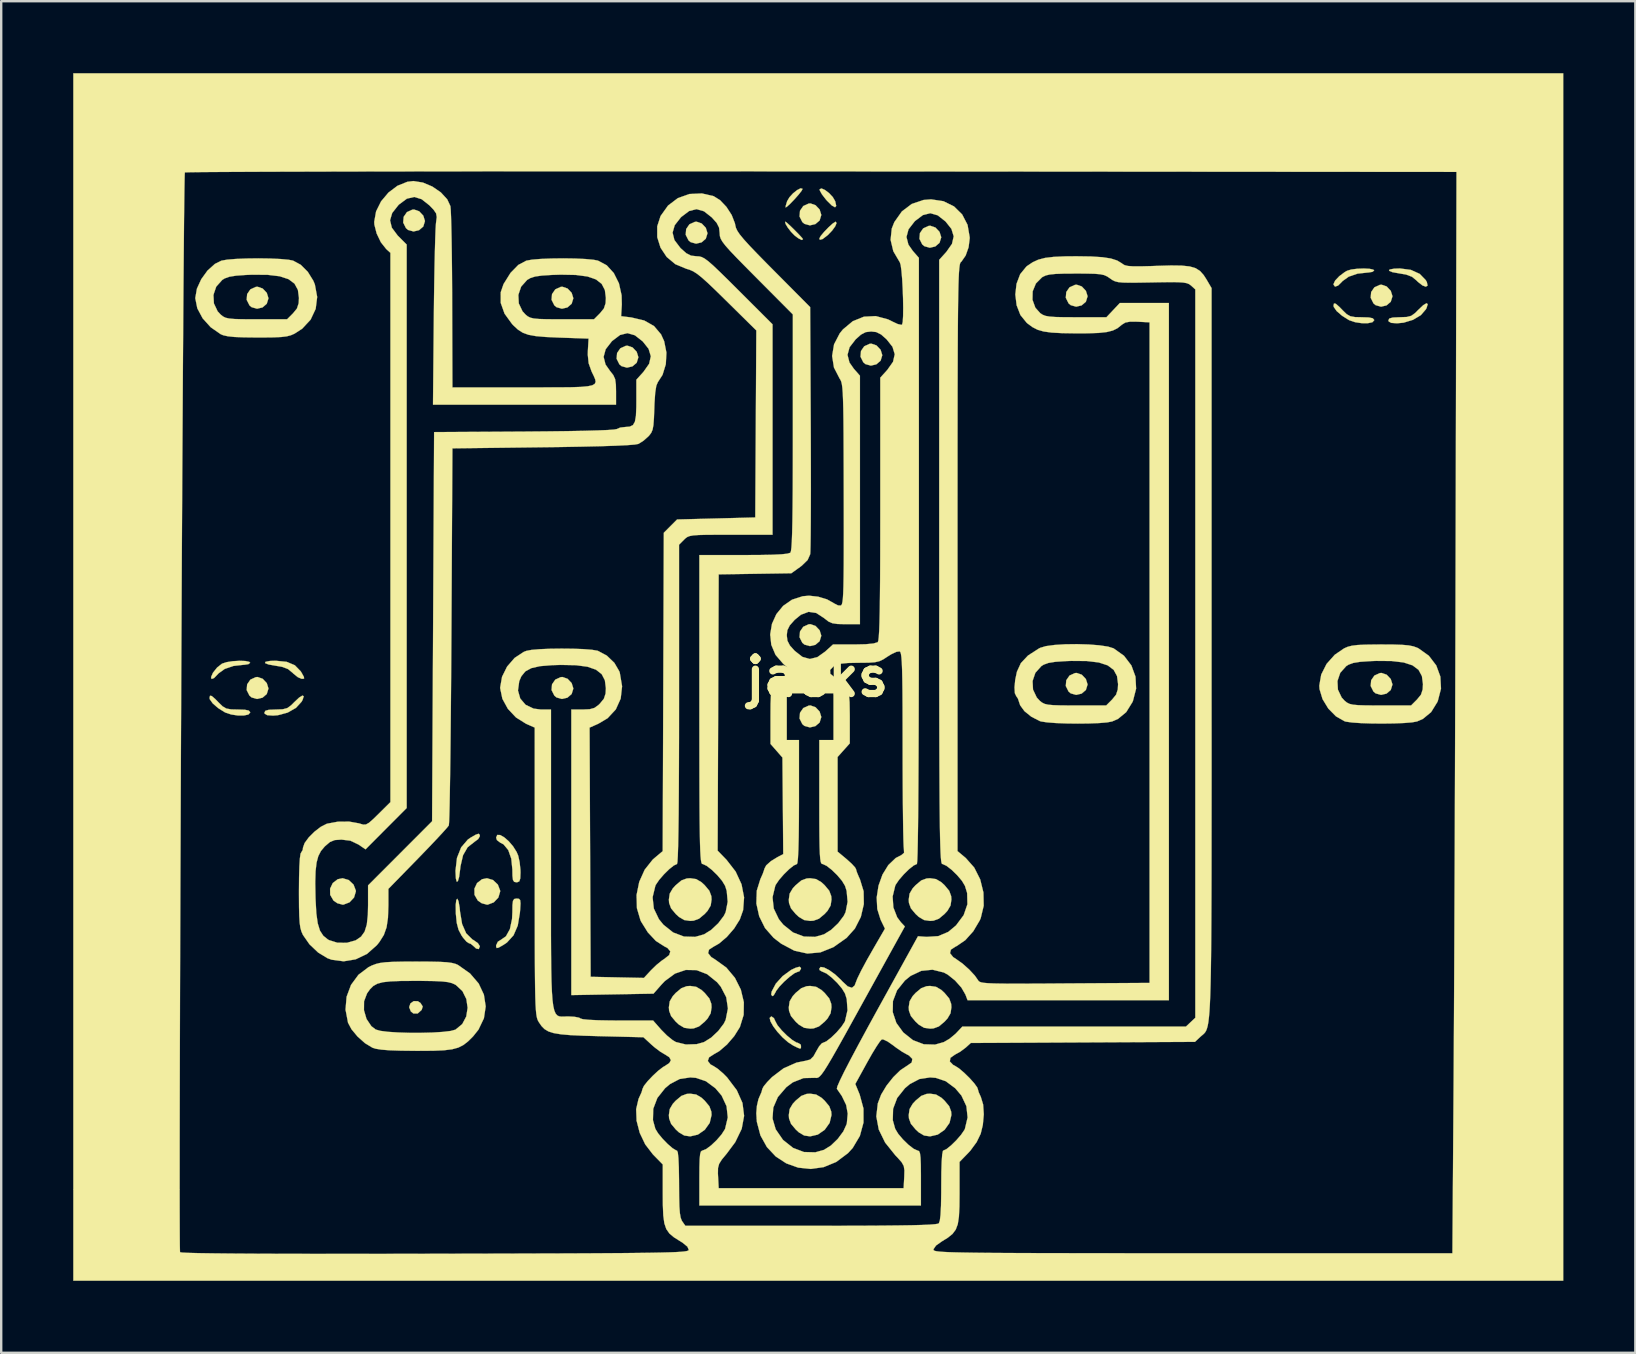
<source format=kicad_pcb>
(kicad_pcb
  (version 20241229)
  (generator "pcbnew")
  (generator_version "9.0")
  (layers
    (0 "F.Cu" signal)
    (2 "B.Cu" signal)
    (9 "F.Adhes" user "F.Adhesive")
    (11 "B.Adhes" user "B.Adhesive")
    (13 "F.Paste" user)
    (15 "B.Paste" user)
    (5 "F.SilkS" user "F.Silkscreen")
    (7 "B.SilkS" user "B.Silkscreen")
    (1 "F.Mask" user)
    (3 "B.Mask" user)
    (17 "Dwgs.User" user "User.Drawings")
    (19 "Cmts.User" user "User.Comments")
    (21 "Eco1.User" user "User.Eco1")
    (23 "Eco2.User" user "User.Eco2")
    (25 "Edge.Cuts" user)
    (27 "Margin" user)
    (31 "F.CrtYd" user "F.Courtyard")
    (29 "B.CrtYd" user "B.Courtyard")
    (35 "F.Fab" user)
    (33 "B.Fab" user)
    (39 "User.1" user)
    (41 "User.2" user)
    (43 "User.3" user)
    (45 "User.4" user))
  (footprint "jacks"
    (layer "F.Cu")
    (at 30.993 25.151)
    (property "Reference" "jacks" (at 0 0 0) (layer "F.SilkS") (effects (font (size 1.524 1.524) (thickness 0.3))))
    (attr through_hole)
    (fp_poly (pts (xy -16.637 13.505) (xy -16.526 13.579) (xy -16.434 13.725) (xy -16.478 13.866) (xy -16.642 14.015) (xy -16.823 14.016) (xy -16.929 13.932) (xy -17 13.753) (xy -16.946 13.597) (xy -16.81 13.501) (xy -16.637 13.505)) (stroke (width 0.01) (type solid)) (fill yes) (layer "F.SilkS"))
    (fp_poly (pts (xy 0.322 -20.287) (xy 0.494 -20.156) (xy 0.649 -19.989) (xy 0.747 -19.82) (xy 0.79 -19.625) (xy 0.741 -19.566) (xy 0.609 -19.639) (xy 0.402 -19.844) (xy 0.352 -19.902) (xy 0.196 -20.105) (xy 0.107 -20.264) (xy 0.098 -20.317) (xy 0.177 -20.351) (xy 0.322 -20.287)) (stroke (width 0.01) (type solid)) (fill yes) (layer "F.SilkS"))
    (fp_poly (pts (xy -23.1 -16.182) (xy -22.93 -16.002) (xy -22.86 -15.777) (xy -22.86 -15.776) (xy -22.931 -15.547) (xy -23.107 -15.395) (xy -23.335 -15.341) (xy -23.562 -15.405) (xy -23.651 -15.48) (xy -23.768 -15.712) (xy -23.748 -15.951) (xy -23.613 -16.147) (xy -23.385 -16.251) (xy -23.311 -16.256) (xy -23.1 -16.182)) (stroke (width 0.01) (type solid)) (fill yes) (layer "F.SilkS"))
    (fp_poly (pts (xy -23.1 0.074) (xy -22.93 0.254) (xy -22.86 0.479) (xy -22.86 0.48) (xy -22.931 0.709) (xy -23.107 0.861) (xy -23.335 0.915) (xy -23.562 0.851) (xy -23.651 0.776) (xy -23.768 0.544) (xy -23.748 0.305) (xy -23.613 0.109) (xy -23.385 0.005) (xy -23.311 0) (xy -23.1 0.074)) (stroke (width 0.01) (type solid)) (fill yes) (layer "F.SilkS"))
    (fp_poly (pts (xy -16.581 -19.399) (xy -16.411 -19.219) (xy -16.341 -18.994) (xy -16.341 -18.993) (xy -16.411 -18.764) (xy -16.588 -18.613) (xy -16.816 -18.559) (xy -17.043 -18.622) (xy -17.132 -18.697) (xy -17.248 -18.929) (xy -17.228 -19.169) (xy -17.093 -19.365) (xy -16.866 -19.468) (xy -16.792 -19.473) (xy -16.581 -19.399)) (stroke (width 0.01) (type solid)) (fill yes) (layer "F.SilkS"))
    (fp_poly (pts (xy -10.4 -16.182) (xy -10.23 -16.002) (xy -10.16 -15.777) (xy -10.16 -15.776) (xy -10.231 -15.547) (xy -10.407 -15.395) (xy -10.635 -15.341) (xy -10.862 -15.405) (xy -10.951 -15.48) (xy -11.068 -15.712) (xy -11.048 -15.951) (xy -10.913 -16.147) (xy -10.685 -16.251) (xy -10.611 -16.256) (xy -10.4 -16.182)) (stroke (width 0.01) (type solid)) (fill yes) (layer "F.SilkS"))
    (fp_poly (pts (xy -10.4 0.074) (xy -10.23 0.254) (xy -10.16 0.479) (xy -10.16 0.48) (xy -10.231 0.709) (xy -10.407 0.861) (xy -10.635 0.915) (xy -10.862 0.851) (xy -10.951 0.776) (xy -11.068 0.544) (xy -11.048 0.305) (xy -10.913 0.109) (xy -10.685 0.005) (xy -10.611 0) (xy -10.4 0.074)) (stroke (width 0.01) (type solid)) (fill yes) (layer "F.SilkS"))
    (fp_poly (pts (xy -7.691 -13.727) (xy -7.521 -13.546) (xy -7.451 -13.322) (xy -7.451 -13.32) (xy -7.521 -13.091) (xy -7.698 -12.94) (xy -7.926 -12.886) (xy -8.153 -12.949) (xy -8.242 -13.024) (xy -8.358 -13.257) (xy -8.338 -13.496) (xy -8.203 -13.692) (xy -7.976 -13.795) (xy -7.902 -13.801) (xy -7.691 -13.727)) (stroke (width 0.01) (type solid)) (fill yes) (layer "F.SilkS"))
    (fp_poly (pts (xy -4.812 -18.891) (xy -4.642 -18.711) (xy -4.572 -18.486) (xy -4.572 -18.485) (xy -4.643 -18.256) (xy -4.819 -18.105) (xy -5.047 -18.051) (xy -5.274 -18.114) (xy -5.363 -18.189) (xy -5.48 -18.421) (xy -5.46 -18.661) (xy -5.325 -18.857) (xy -5.097 -18.96) (xy -5.023 -18.965) (xy -4.812 -18.891)) (stroke (width 0.01) (type solid)) (fill yes) (layer "F.SilkS"))
    (fp_poly (pts (xy -1.251 -18.911) (xy -1.103 -18.774) (xy -0.922 -18.596) (xy -0.749 -18.419) (xy -0.627 -18.285) (xy -0.593 -18.236) (xy -0.648 -18.204) (xy -0.797 -18.28) (xy -0.945 -18.394) (xy -1.089 -18.541) (xy -1.224 -18.714) (xy -1.317 -18.868) (xy -1.34 -18.958) (xy -1.325 -18.965) (xy -1.251 -18.911)) (stroke (width 0.01) (type solid)) (fill yes) (layer "F.SilkS"))
    (fp_poly (pts (xy -0.071 -19.653) (xy 0.099 -19.473) (xy 0.169 -19.248) (xy 0.169 -19.247) (xy 0.099 -19.018) (xy -0.078 -18.867) (xy -0.306 -18.813) (xy -0.533 -18.876) (xy -0.622 -18.951) (xy -0.738 -19.183) (xy -0.718 -19.423) (xy -0.583 -19.619) (xy -0.356 -19.722) (xy -0.282 -19.727) (xy -0.071 -19.653)) (stroke (width 0.01) (type solid)) (fill yes) (layer "F.SilkS"))
    (fp_poly (pts (xy -0.071 -2.127) (xy 0.099 -1.947) (xy 0.169 -1.722) (xy 0.169 -1.721) (xy 0.099 -1.492) (xy -0.078 -1.341) (xy -0.306 -1.287) (xy -0.533 -1.35) (xy -0.622 -1.425) (xy -0.738 -1.657) (xy -0.718 -1.897) (xy -0.583 -2.093) (xy -0.356 -2.196) (xy -0.282 -2.201) (xy -0.071 -2.127)) (stroke (width 0.01) (type solid)) (fill yes) (layer "F.SilkS"))
    (fp_poly (pts (xy -0.071 1.259) (xy 0.099 1.44) (xy 0.169 1.664) (xy 0.169 1.666) (xy 0.099 1.895) (xy -0.078 2.046) (xy -0.306 2.1) (xy -0.533 2.037) (xy -0.622 1.962) (xy -0.738 1.729) (xy -0.718 1.49) (xy -0.583 1.294) (xy -0.356 1.191) (xy -0.282 1.185) (xy -0.071 1.259)) (stroke (width 0.01) (type solid)) (fill yes) (layer "F.SilkS"))
    (fp_poly (pts (xy 0.805 -18.911) (xy 0.749 -18.775) (xy 0.619 -18.595) (xy 0.44 -18.409) (xy 0.435 -18.405) (xy 0.225 -18.244) (xy 0.109 -18.212) (xy 0.087 -18.267) (xy 0.145 -18.372) (xy 0.285 -18.54) (xy 0.463 -18.725) (xy 0.633 -18.881) (xy 0.752 -18.962) (xy 0.766 -18.965) (xy 0.805 -18.911)) (stroke (width 0.01) (type solid)) (fill yes) (layer "F.SilkS"))
    (fp_poly (pts (xy 2.469 -13.811) (xy 2.639 -13.631) (xy 2.709 -13.406) (xy 2.709 -13.405) (xy 2.639 -13.176) (xy 2.462 -13.025) (xy 2.234 -12.971) (xy 2.007 -13.034) (xy 1.918 -13.109) (xy 1.802 -13.341) (xy 1.822 -13.581) (xy 1.957 -13.777) (xy 2.184 -13.88) (xy 2.258 -13.885) (xy 2.469 -13.811)) (stroke (width 0.01) (type solid)) (fill yes) (layer "F.SilkS"))
    (fp_poly (pts (xy 4.925 -18.722) (xy 5.094 -18.542) (xy 5.165 -18.317) (xy 5.165 -18.316) (xy 5.094 -18.087) (xy 4.918 -17.935) (xy 4.689 -17.881) (xy 4.463 -17.945) (xy 4.373 -18.02) (xy 4.257 -18.252) (xy 4.277 -18.491) (xy 4.412 -18.687) (xy 4.64 -18.791) (xy 4.714 -18.796) (xy 4.925 -18.722)) (stroke (width 0.01) (type solid)) (fill yes) (layer "F.SilkS"))
    (fp_poly (pts (xy 11.021 -16.267) (xy 11.19 -16.086) (xy 11.261 -15.862) (xy 11.261 -15.86) (xy 11.19 -15.631) (xy 11.014 -15.48) (xy 10.785 -15.426) (xy 10.559 -15.489) (xy 10.469 -15.564) (xy 10.353 -15.797) (xy 10.373 -16.036) (xy 10.508 -16.232) (xy 10.736 -16.335) (xy 10.81 -16.341) (xy 11.021 -16.267)) (stroke (width 0.01) (type solid)) (fill yes) (layer "F.SilkS"))
    (fp_poly (pts (xy 11.021 -0.095) (xy 11.19 0.085) (xy 11.261 0.31) (xy 11.261 0.311) (xy 11.19 0.54) (xy 11.014 0.691) (xy 10.785 0.745) (xy 10.559 0.682) (xy 10.469 0.607) (xy 10.353 0.375) (xy 10.373 0.135) (xy 10.508 -0.061) (xy 10.736 -0.164) (xy 10.81 -0.169) (xy 11.021 -0.095)) (stroke (width 0.01) (type solid)) (fill yes) (layer "F.SilkS"))
    (fp_poly (pts (xy 23.721 -16.267) (xy 23.89 -16.086) (xy 23.961 -15.862) (xy 23.961 -15.86) (xy 23.89 -15.631) (xy 23.714 -15.48) (xy 23.485 -15.426) (xy 23.259 -15.489) (xy 23.169 -15.564) (xy 23.053 -15.797) (xy 23.073 -16.036) (xy 23.208 -16.232) (xy 23.436 -16.335) (xy 23.51 -16.341) (xy 23.721 -16.267)) (stroke (width 0.01) (type solid)) (fill yes) (layer "F.SilkS"))
    (fp_poly (pts (xy 23.721 -0.095) (xy 23.89 0.085) (xy 23.961 0.31) (xy 23.961 0.311) (xy 23.89 0.54) (xy 23.714 0.691) (xy 23.485 0.745) (xy 23.259 0.682) (xy 23.169 0.607) (xy 23.053 0.375) (xy 23.073 0.135) (xy 23.208 -0.061) (xy 23.436 -0.164) (xy 23.51 -0.169) (xy 23.721 -0.095)) (stroke (width 0.01) (type solid)) (fill yes) (layer "F.SilkS"))
    (fp_poly (pts (xy -19.517 8.457) (xy -19.316 8.647) (xy -19.221 8.895) (xy -19.219 8.932) (xy -19.295 9.185) (xy -19.484 9.386) (xy -19.733 9.481) (xy -19.77 9.483) (xy -19.989 9.424) (xy -20.151 9.313) (xy -20.289 9.075) (xy -20.293 8.816) (xy -20.182 8.583) (xy -19.976 8.424) (xy -19.77 8.382) (xy -19.517 8.457)) (stroke (width 0.01) (type solid)) (fill yes) (layer "F.SilkS"))
    (fp_poly (pts (xy -13.506 8.457) (xy -13.305 8.647) (xy -13.21 8.895) (xy -13.208 8.932) (xy -13.283 9.185) (xy -13.473 9.386) (xy -13.721 9.481) (xy -13.758 9.483) (xy -13.977 9.424) (xy -14.139 9.313) (xy -14.277 9.075) (xy -14.281 8.816) (xy -14.171 8.583) (xy -13.965 8.424) (xy -13.758 8.382) (xy -13.506 8.457)) (stroke (width 0.01) (type solid)) (fill yes) (layer "F.SilkS"))
    (fp_poly (pts (xy -0.612 -20.335) (xy -0.611 -20.332) (xy -0.655 -20.248) (xy -0.78 -20.089) (xy -0.949 -19.899) (xy -1.123 -19.718) (xy -1.261 -19.592) (xy -1.318 -19.558) (xy -1.313 -19.628) (xy -1.262 -19.797) (xy -1.255 -19.82) (xy -1.159 -19.983) (xy -1.006 -20.15) (xy -0.836 -20.285) (xy -0.691 -20.358) (xy -0.612 -20.335)) (stroke (width 0.01) (type solid)) (fill yes) (layer "F.SilkS"))
    (fp_poly (pts (xy 24.727 -16.959) (xy 25.096 -16.792) (xy 25.349 -16.531) (xy 25.394 -16.448) (xy 25.423 -16.303) (xy 25.35 -16.259) (xy 25.206 -16.313) (xy 25.02 -16.46) (xy 24.969 -16.512) (xy 24.776 -16.671) (xy 24.527 -16.765) (xy 24.27 -16.808) (xy 23.961 -16.863) (xy 23.817 -16.922) (xy 23.84 -16.974) (xy 24.029 -17.009) (xy 24.273 -17.018) (xy 24.727 -16.959)) (stroke (width 0.01) (type solid)) (fill yes) (layer "F.SilkS"))
    (fp_poly (pts (xy -22.101 -0.632) (xy -21.762 -0.49) (xy -21.516 -0.237) (xy -21.479 -0.177) (xy -21.384 -0.004) (xy -21.376 0.066) (xy -21.456 0.076) (xy -21.479 0.075) (xy -21.635 0.009) (xy -21.821 -0.14) (xy -21.852 -0.172) (xy -22.044 -0.33) (xy -22.293 -0.424) (xy -22.55 -0.468) (xy -22.858 -0.522) (xy -23.003 -0.581) (xy -22.983 -0.633) (xy -22.798 -0.669) (xy -22.559 -0.677) (xy -22.101 -0.632)) (stroke (width 0.01) (type solid)) (fill yes) (layer "F.SilkS"))
    (fp_poly (pts (xy -0.68 12.117) (xy -0.677 12.152) (xy -0.745 12.262) (xy -0.806 12.277) (xy -0.944 12.335) (xy -1.147 12.484) (xy -1.371 12.682) (xy -1.573 12.892) (xy -1.71 13.072) (xy -1.738 13.131) (xy -1.817 13.264) (xy -1.874 13.293) (xy -1.919 13.225) (xy -1.899 13.102) (xy -1.725 12.772) (xy -1.437 12.454) (xy -1.088 12.201) (xy -0.897 12.111) (xy -0.736 12.067) (xy -0.68 12.117)) (stroke (width 0.01) (type solid)) (fill yes) (layer "F.SilkS"))
    (fp_poly (pts (xy -23.825 -0.667) (xy -23.661 -0.633) (xy -23.622 -0.593) (xy -23.696 -0.535) (xy -23.876 -0.508) (xy -23.897 -0.508) (xy -24.317 -0.461) (xy -24.683 -0.336) (xy -24.942 -0.15) (xy -24.964 -0.124) (xy -25.126 0.043) (xy -25.23 0.083) (xy -25.251 0.004) (xy -25.172 -0.177) (xy -24.999 -0.395) (xy -24.795 -0.556) (xy -24.79 -0.558) (xy -24.602 -0.619) (xy -24.345 -0.659) (xy -24.07 -0.675) (xy -23.825 -0.667)) (stroke (width 0.01) (type solid)) (fill yes) (layer "F.SilkS"))
    (fp_poly (pts (xy -21.39 0.801) (xy -21.437 0.949) (xy -21.479 1.028) (xy -21.715 1.286) (xy -22.063 1.483) (xy -22.472 1.592) (xy -22.669 1.607) (xy -22.912 1.59) (xy -23.018 1.529) (xy -23.029 1.482) (xy -22.988 1.406) (xy -22.844 1.366) (xy -22.564 1.355) (xy -22.552 1.355) (xy -22.265 1.344) (xy -22.075 1.294) (xy -21.914 1.177) (xy -21.796 1.058) (xy -21.584 0.858) (xy -21.444 0.772) (xy -21.39 0.801)) (stroke (width 0.01) (type solid)) (fill yes) (layer "F.SilkS"))
    (fp_poly (pts (xy -14.059 6.575) (xy -14.055 6.632) (xy -14.122 6.75) (xy -14.273 6.862) (xy -14.563 7.09) (xy -14.755 7.424) (xy -14.862 7.886) (xy -14.874 7.997) (xy -14.918 8.327) (xy -14.97 8.505) (xy -15.018 8.526) (xy -15.054 8.388) (xy -15.069 8.087) (xy -15.069 8.065) (xy -15.007 7.534) (xy -14.833 7.096) (xy -14.557 6.773) (xy -14.457 6.702) (xy -14.228 6.569) (xy -14.106 6.528) (xy -14.059 6.575)) (stroke (width 0.01) (type solid)) (fill yes) (layer "F.SilkS"))
    (fp_poly (pts (xy 25.43 -15.533) (xy 25.382 -15.374) (xy 25.354 -15.318) (xy 25.144 -15.074) (xy 24.817 -14.879) (xy 24.425 -14.76) (xy 24.151 -14.734) (xy 23.908 -14.751) (xy 23.802 -14.812) (xy 23.791 -14.859) (xy 23.832 -14.935) (xy 23.977 -14.974) (xy 24.256 -14.986) (xy 24.268 -14.986) (xy 24.556 -14.997) (xy 24.745 -15.046) (xy 24.907 -15.164) (xy 25.024 -15.282) (xy 25.239 -15.486) (xy 25.378 -15.57) (xy 25.43 -15.533)) (stroke (width 0.01) (type solid)) (fill yes) (layer "F.SilkS"))
    (fp_poly (pts (xy 23.005 -17.004) (xy 23.164 -16.969) (xy 23.199 -16.933) (xy 23.125 -16.876) (xy 22.944 -16.848) (xy 22.924 -16.848) (xy 22.503 -16.802) (xy 22.138 -16.676) (xy 21.879 -16.491) (xy 21.857 -16.465) (xy 21.695 -16.305) (xy 21.568 -16.261) (xy 21.507 -16.341) (xy 21.505 -16.368) (xy 21.572 -16.513) (xy 21.742 -16.693) (xy 21.969 -16.864) (xy 22.071 -16.923) (xy 22.246 -16.975) (xy 22.495 -17.006) (xy 22.765 -17.016) (xy 23.005 -17.004)) (stroke (width 0.01) (type solid)) (fill yes) (layer "F.SilkS"))
    (fp_poly (pts (xy -25.222 0.792) (xy -25.074 0.92) (xy -24.94 1.058) (xy -24.769 1.224) (xy -24.616 1.313) (xy -24.415 1.349) (xy -24.141 1.355) (xy -23.843 1.364) (xy -23.681 1.397) (xy -23.624 1.462) (xy -23.622 1.482) (xy -23.696 1.563) (xy -23.885 1.603) (xy -24.14 1.602) (xy -24.413 1.561) (xy -24.654 1.481) (xy -24.68 1.468) (xy -24.962 1.291) (xy -25.182 1.099) (xy -25.303 0.929) (xy -25.315 0.874) (xy -25.295 0.78) (xy -25.222 0.792)) (stroke (width 0.01) (type solid)) (fill yes) (layer "F.SilkS"))
    (fp_poly (pts (xy -5.043 17.392) (xy -4.824 17.522) (xy -4.691 17.645) (xy -4.495 17.879) (xy -4.412 18.102) (xy -4.403 18.246) (xy -4.48 18.574) (xy -4.684 18.86) (xy -4.972 19.061) (xy -5.292 19.135) (xy -5.54 19.099) (xy -5.759 18.97) (xy -5.893 18.847) (xy -6.088 18.613) (xy -6.171 18.389) (xy -6.181 18.246) (xy -6.145 17.997) (xy -6.016 17.778) (xy -5.893 17.645) (xy -5.659 17.449) (xy -5.435 17.366) (xy -5.292 17.357) (xy -5.043 17.392)) (stroke (width 0.01) (type solid)) (fill yes) (layer "F.SilkS"))
    (fp_poly (pts (xy -1.804 14.211) (xy -1.746 14.339) (xy -1.657 14.505) (xy -1.481 14.718) (xy -1.262 14.936) (xy -1.041 15.119) (xy -0.862 15.227) (xy -0.806 15.24) (xy -0.693 15.307) (xy -0.677 15.367) (xy -0.68 15.457) (xy -0.717 15.48) (xy -0.832 15.435) (xy -0.999 15.353) (xy -1.22 15.21) (xy -1.447 15.01) (xy -1.658 14.781) (xy -1.832 14.551) (xy -1.947 14.348) (xy -1.983 14.202) (xy -1.918 14.14) (xy -1.906 14.139) (xy -1.804 14.211)) (stroke (width 0.01) (type solid)) (fill yes) (layer "F.SilkS"))
    (fp_poly (pts (xy -0.048 17.392) (xy 0.171 17.522) (xy 0.305 17.645) (xy 0.5 17.879) (xy 0.583 18.102) (xy 0.593 18.246) (xy 0.515 18.574) (xy 0.311 18.86) (xy 0.023 19.061) (xy -0.296 19.135) (xy -0.545 19.099) (xy -0.764 18.97) (xy -0.897 18.847) (xy -1.093 18.613) (xy -1.176 18.389) (xy -1.185 18.246) (xy -1.15 17.997) (xy -1.02 17.778) (xy -0.897 17.645) (xy -0.663 17.449) (xy -0.44 17.366) (xy -0.296 17.357) (xy -0.048 17.392)) (stroke (width 0.01) (type solid)) (fill yes) (layer "F.SilkS"))
    (fp_poly (pts (xy 4.947 17.392) (xy 5.167 17.522) (xy 5.3 17.645) (xy 5.496 17.879) (xy 5.578 18.102) (xy 5.588 18.246) (xy 5.51 18.574) (xy 5.306 18.86) (xy 5.019 19.061) (xy 4.699 19.135) (xy 4.451 19.099) (xy 4.231 18.97) (xy 4.098 18.847) (xy 3.902 18.613) (xy 3.82 18.389) (xy 3.81 18.246) (xy 3.846 17.997) (xy 3.975 17.778) (xy 4.098 17.645) (xy 4.332 17.449) (xy 4.556 17.366) (xy 4.699 17.357) (xy 4.947 17.392)) (stroke (width 0.01) (type solid)) (fill yes) (layer "F.SilkS"))
    (fp_poly (pts (xy 21.599 -15.549) (xy 21.746 -15.421) (xy 21.881 -15.282) (xy 22.051 -15.116) (xy 22.205 -15.028) (xy 22.405 -14.992) (xy 22.679 -14.986) (xy 22.978 -14.977) (xy 23.14 -14.943) (xy 23.197 -14.878) (xy 23.199 -14.859) (xy 23.125 -14.778) (xy 22.936 -14.738) (xy 22.68 -14.739) (xy 22.408 -14.779) (xy 22.166 -14.86) (xy 22.14 -14.873) (xy 21.859 -15.05) (xy 21.638 -15.241) (xy 21.517 -15.412) (xy 21.505 -15.466) (xy 21.525 -15.56) (xy 21.599 -15.549)) (stroke (width 0.01) (type solid)) (fill yes) (layer "F.SilkS"))
    (fp_poly (pts (xy -13.211 6.581) (xy -13.043 6.675) (xy -12.854 6.839) (xy -12.672 7.051) (xy -12.522 7.289) (xy -12.457 7.442) (xy -12.398 7.71) (xy -12.364 8.034) (xy -12.361 8.141) (xy -12.371 8.39) (xy -12.411 8.512) (xy -12.499 8.55) (xy -12.531 8.551) (xy -12.624 8.533) (xy -12.675 8.455) (xy -12.696 8.277) (xy -12.7 8.022) (xy -12.745 7.568) (xy -12.871 7.21) (xy -13.066 6.973) (xy -13.202 6.902) (xy -13.343 6.794) (xy -13.377 6.691) (xy -13.331 6.579) (xy -13.211 6.581)) (stroke (width 0.01) (type solid)) (fill yes) (layer "F.SilkS"))
    (fp_poly (pts (xy -12.425 9.239) (xy -12.375 9.294) (xy -12.361 9.431) (xy -12.375 9.686) (xy -12.387 9.825) (xy -12.476 10.356) (xy -12.651 10.759) (xy -12.924 11.058) (xy -13.084 11.166) (xy -13.271 11.272) (xy -13.355 11.291) (xy -13.377 11.225) (xy -13.377 11.179) (xy -13.306 11.027) (xy -13.202 10.962) (xy -12.969 10.802) (xy -12.803 10.502) (xy -12.714 10.081) (xy -12.7 9.8) (xy -12.696 9.496) (xy -12.675 9.325) (xy -12.625 9.248) (xy -12.535 9.229) (xy -12.518 9.229) (xy -12.425 9.239)) (stroke (width 0.01) (type solid)) (fill yes) (layer "F.SilkS"))
    (fp_poly (pts (xy -5.043 8.418) (xy -4.824 8.547) (xy -4.691 8.67) (xy -4.495 8.904) (xy -4.412 9.128) (xy -4.403 9.271) (xy -4.438 9.519) (xy -4.568 9.739) (xy -4.691 9.872) (xy -4.925 10.068) (xy -5.148 10.15) (xy -5.292 10.16) (xy -5.54 10.124) (xy -5.759 9.995) (xy -5.893 9.872) (xy -6.088 9.638) (xy -6.171 9.414) (xy -6.181 9.271) (xy -6.145 9.023) (xy -6.016 8.803) (xy -5.893 8.67) (xy -5.659 8.474) (xy -5.435 8.392) (xy -5.292 8.382) (xy -5.043 8.418)) (stroke (width 0.01) (type solid)) (fill yes) (layer "F.SilkS"))
    (fp_poly (pts (xy -5.043 12.905) (xy -4.824 13.034) (xy -4.691 13.157) (xy -4.495 13.391) (xy -4.412 13.615) (xy -4.403 13.758) (xy -4.438 14.007) (xy -4.568 14.226) (xy -4.691 14.359) (xy -4.925 14.555) (xy -5.148 14.638) (xy -5.292 14.647) (xy -5.54 14.612) (xy -5.759 14.482) (xy -5.893 14.359) (xy -6.088 14.125) (xy -6.171 13.902) (xy -6.181 13.758) (xy -6.145 13.51) (xy -6.016 13.291) (xy -5.893 13.157) (xy -5.659 12.962) (xy -5.435 12.879) (xy -5.292 12.869) (xy -5.043 12.905)) (stroke (width 0.01) (type solid)) (fill yes) (layer "F.SilkS"))
    (fp_poly (pts (xy -0.048 8.418) (xy 0.171 8.547) (xy 0.305 8.67) (xy 0.5 8.904) (xy 0.583 9.128) (xy 0.593 9.271) (xy 0.557 9.519) (xy 0.428 9.739) (xy 0.305 9.872) (xy 0.071 10.068) (xy -0.153 10.15) (xy -0.296 10.16) (xy -0.545 10.124) (xy -0.764 9.995) (xy -0.897 9.872) (xy -1.093 9.638) (xy -1.176 9.414) (xy -1.185 9.271) (xy -1.15 9.023) (xy -1.02 8.803) (xy -0.897 8.67) (xy -0.663 8.474) (xy -0.44 8.392) (xy -0.296 8.382) (xy -0.048 8.418)) (stroke (width 0.01) (type solid)) (fill yes) (layer "F.SilkS"))
    (fp_poly (pts (xy -0.048 12.905) (xy 0.171 13.034) (xy 0.305 13.157) (xy 0.5 13.391) (xy 0.583 13.615) (xy 0.593 13.758) (xy 0.557 14.007) (xy 0.428 14.226) (xy 0.305 14.359) (xy 0.071 14.555) (xy -0.153 14.638) (xy -0.296 14.647) (xy -0.545 14.612) (xy -0.764 14.482) (xy -0.897 14.359) (xy -1.093 14.125) (xy -1.176 13.902) (xy -1.185 13.758) (xy -1.15 13.51) (xy -1.02 13.291) (xy -0.897 13.157) (xy -0.663 12.962) (xy -0.44 12.879) (xy -0.296 12.869) (xy -0.048 12.905)) (stroke (width 0.01) (type solid)) (fill yes) (layer "F.SilkS"))
    (fp_poly (pts (xy 4.947 8.418) (xy 5.167 8.547) (xy 5.3 8.67) (xy 5.496 8.904) (xy 5.578 9.128) (xy 5.588 9.271) (xy 5.552 9.519) (xy 5.423 9.739) (xy 5.3 9.872) (xy 5.066 10.068) (xy 4.842 10.15) (xy 4.699 10.16) (xy 4.451 10.124) (xy 4.231 9.995) (xy 4.098 9.872) (xy 3.902 9.638) (xy 3.82 9.414) (xy 3.81 9.271) (xy 3.846 9.023) (xy 3.975 8.803) (xy 4.098 8.67) (xy 4.332 8.474) (xy 4.556 8.392) (xy 4.699 8.382) (xy 4.947 8.418)) (stroke (width 0.01) (type solid)) (fill yes) (layer "F.SilkS"))
    (fp_poly (pts (xy 4.947 12.905) (xy 5.167 13.034) (xy 5.3 13.157) (xy 5.496 13.391) (xy 5.578 13.615) (xy 5.588 13.758) (xy 5.552 14.007) (xy 5.423 14.226) (xy 5.3 14.359) (xy 5.066 14.555) (xy 4.842 14.638) (xy 4.699 14.647) (xy 4.451 14.612) (xy 4.231 14.482) (xy 4.098 14.359) (xy 3.902 14.125) (xy 3.82 13.902) (xy 3.81 13.758) (xy 3.846 13.51) (xy 3.975 13.291) (xy 4.098 13.157) (xy 4.332 12.962) (xy 4.556 12.879) (xy 4.699 12.869) (xy 4.947 12.905)) (stroke (width 0.01) (type solid)) (fill yes) (layer "F.SilkS"))
    (fp_poly (pts (xy -14.944 9.338) (xy -14.897 9.601) (xy -14.882 9.762) (xy -14.794 10.29) (xy -14.625 10.676) (xy -14.37 10.929) (xy -14.307 10.965) (xy -14.135 11.088) (xy -14.055 11.212) (xy -14.055 11.221) (xy -14.099 11.333) (xy -14.212 11.31) (xy -14.309 11.218) (xy -14.442 11.111) (xy -14.51 11.09) (xy -14.61 11.025) (xy -14.752 10.86) (xy -14.814 10.773) (xy -14.941 10.532) (xy -15.016 10.248) (xy -15.055 9.86) (xy -15.056 9.842) (xy -15.06 9.493) (xy -15.036 9.288) (xy -14.993 9.235) (xy -14.944 9.338)) (stroke (width 0.01) (type solid)) (fill yes) (layer "F.SilkS"))
    (fp_poly (pts (xy -22.798 -17.432) (xy -22.362 -17.412) (xy -22.018 -17.38) (xy -21.837 -17.345) (xy -21.518 -17.173) (xy -21.222 -16.878) (xy -20.991 -16.506) (xy -20.927 -16.349) (xy -20.831 -15.832) (xy -20.893 -15.336) (xy -21.104 -14.887) (xy -21.454 -14.51) (xy -21.777 -14.301) (xy -21.926 -14.236) (xy -22.099 -14.191) (xy -22.328 -14.163) (xy -22.647 -14.148) (xy -23.087 -14.143) (xy -23.343 -14.143) (xy -23.878 -14.149) (xy -24.271 -14.164) (xy -24.551 -14.193) (xy -24.744 -14.236) (xy -24.85 -14.28) (xy -25.268 -14.571) (xy -25.602 -14.942) (xy -25.824 -15.357) (xy -25.908 -15.776) (xy -25.908 -15.791) (xy -25.885 -15.919) (xy -25.152 -15.919) (xy -25.133 -15.562) (xy -24.977 -15.232) (xy -24.846 -15.092) (xy -24.752 -15.018) (xy -24.647 -14.966) (xy -24.499 -14.933) (xy -24.28 -14.913) (xy -23.96 -14.904) (xy -23.508 -14.901) (xy -23.357 -14.901) (xy -22.085 -14.901) (xy -21.837 -15.149) (xy -21.673 -15.351) (xy -21.602 -15.569) (xy -21.59 -15.79) (xy -21.634 -16.126) (xy -21.774 -16.384) (xy -22.023 -16.572) (xy -22.392 -16.693) (xy -22.895 -16.753) (xy -23.544 -16.758) (xy -23.795 -16.748) (xy -24.205 -16.719) (xy -24.488 -16.674) (xy -24.686 -16.603) (xy -24.787 -16.539) (xy -25.036 -16.26) (xy -25.152 -15.919) (xy -25.885 -15.919) (xy -25.841 -16.175) (xy -25.66 -16.57) (xy -25.4 -16.93) (xy -25.092 -17.207) (xy -24.823 -17.342) (xy -24.582 -17.385) (xy -24.216 -17.415) (xy -23.768 -17.433) (xy -23.28 -17.439) (xy -22.798 -17.432)) (stroke (width 0.01) (type solid)) (fill yes) (layer "F.SilkS"))
    (fp_poly (pts (xy 24.001 -1.352) (xy 24.371 -1.34) (xy 24.637 -1.316) (xy 24.833 -1.277) (xy 24.99 -1.22) (xy 25.044 -1.194) (xy 25.477 -0.885) (xy 25.785 -0.482) (xy 25.956 -0.016) (xy 25.982 0.486) (xy 25.851 0.994) (xy 25.831 1.042) (xy 25.57 1.463) (xy 25.229 1.744) (xy 24.985 1.851) (xy 24.778 1.889) (xy 24.444 1.916) (xy 24.022 1.933) (xy 23.554 1.939) (xy 23.079 1.935) (xy 22.639 1.92) (xy 22.273 1.895) (xy 22.022 1.859) (xy 21.971 1.845) (xy 21.608 1.639) (xy 21.288 1.315) (xy 21.048 0.921) (xy 20.923 0.507) (xy 20.913 0.362) (xy 20.946 0.167) (xy 21.669 0.167) (xy 21.688 0.525) (xy 21.844 0.854) (xy 21.974 0.995) (xy 22.068 1.068) (xy 22.174 1.12) (xy 22.322 1.154) (xy 22.541 1.173) (xy 22.861 1.183) (xy 23.313 1.185) (xy 23.464 1.185) (xy 24.736 1.185) (xy 24.983 0.938) (xy 25.148 0.736) (xy 25.219 0.517) (xy 25.231 0.296) (xy 25.187 -0.039) (xy 25.047 -0.298) (xy 24.798 -0.485) (xy 24.428 -0.606) (xy 23.925 -0.666) (xy 23.277 -0.671) (xy 23.025 -0.661) (xy 22.615 -0.633) (xy 22.332 -0.587) (xy 22.135 -0.516) (xy 22.034 -0.453) (xy 21.785 -0.174) (xy 21.669 0.167) (xy 20.946 0.167) (xy 20.993 -0.102) (xy 21.216 -0.545) (xy 21.559 -0.929) (xy 21.946 -1.193) (xy 22.097 -1.259) (xy 22.274 -1.304) (xy 22.509 -1.333) (xy 22.836 -1.348) (xy 23.287 -1.354) (xy 23.495 -1.355) (xy 24.001 -1.352)) (stroke (width 0.01) (type solid)) (fill yes) (layer "F.SilkS"))
    (fp_poly (pts (xy 11.307 -1.355) (xy 11.752 -1.32) (xy 12.113 -1.266) (xy 12.344 -1.194) (xy 12.777 -0.885) (xy 13.085 -0.482) (xy 13.256 -0.016) (xy 13.282 0.486) (xy 13.151 0.994) (xy 13.131 1.042) (xy 12.87 1.463) (xy 12.529 1.744) (xy 12.285 1.851) (xy 12.072 1.891) (xy 11.734 1.919) (xy 11.311 1.935) (xy 10.843 1.94) (xy 10.37 1.934) (xy 9.932 1.917) (xy 9.569 1.889) (xy 9.321 1.851) (xy 9.27 1.835) (xy 8.917 1.654) (xy 8.631 1.423) (xy 8.453 1.179) (xy 8.422 1.089) (xy 8.359 0.899) (xy 8.291 0.8) (xy 8.231 0.675) (xy 8.217 0.43) (xy 8.242 0.167) (xy 8.969 0.167) (xy 8.988 0.525) (xy 9.144 0.854) (xy 9.274 0.995) (xy 9.368 1.068) (xy 9.474 1.12) (xy 9.622 1.154) (xy 9.841 1.173) (xy 10.161 1.183) (xy 10.613 1.185) (xy 10.764 1.185) (xy 12.036 1.185) (xy 12.283 0.938) (xy 12.448 0.736) (xy 12.519 0.517) (xy 12.531 0.296) (xy 12.487 -0.039) (xy 12.347 -0.298) (xy 12.098 -0.485) (xy 11.728 -0.606) (xy 11.225 -0.666) (xy 10.577 -0.671) (xy 10.325 -0.661) (xy 9.915 -0.633) (xy 9.632 -0.587) (xy 9.435 -0.516) (xy 9.334 -0.453) (xy 9.085 -0.174) (xy 8.969 0.167) (xy 8.242 0.167) (xy 8.248 0.111) (xy 8.317 -0.219) (xy 8.482 -0.579) (xy 8.779 -0.895) (xy 9.225 -1.183) (xy 9.288 -1.216) (xy 9.524 -1.286) (xy 9.886 -1.335) (xy 10.332 -1.363) (xy 10.819 -1.369) (xy 11.307 -1.355)) (stroke (width 0.01) (type solid)) (fill yes) (layer "F.SilkS"))
    (fp_poly (pts (xy -16.145 11.856) (xy -15.73 11.865) (xy -15.429 11.882) (xy -15.215 11.911) (xy -15.061 11.952) (xy -14.957 12) (xy -14.463 12.349) (xy -14.104 12.767) (xy -13.886 13.232) (xy -13.811 13.721) (xy -13.885 14.215) (xy -14.112 14.69) (xy -14.338 14.972) (xy -14.542 15.175) (xy -14.737 15.327) (xy -14.95 15.436) (xy -15.211 15.507) (xy -15.549 15.549) (xy -15.99 15.568) (xy -16.566 15.572) (xy -16.739 15.572) (xy -17.353 15.565) (xy -17.819 15.549) (xy -18.16 15.522) (xy -18.395 15.484) (xy -18.527 15.442) (xy -18.839 15.253) (xy -19.148 14.978) (xy -19.403 14.671) (xy -19.546 14.402) (xy -19.645 13.88) (xy -18.882 13.88) (xy -18.776 14.244) (xy -18.575 14.544) (xy -18.393 14.684) (xy -18.202 14.739) (xy -17.88 14.78) (xy -17.463 14.807) (xy -16.99 14.822) (xy -16.496 14.822) (xy -16.021 14.81) (xy -15.6 14.783) (xy -15.271 14.744) (xy -15.071 14.69) (xy -15.068 14.688) (xy -14.789 14.458) (xy -14.621 14.142) (xy -14.564 13.78) (xy -14.617 13.414) (xy -14.78 13.084) (xy -15.052 12.831) (xy -15.093 12.807) (xy -15.223 12.75) (xy -15.387 12.709) (xy -15.616 12.682) (xy -15.936 12.666) (xy -16.378 12.659) (xy -16.764 12.658) (xy -17.34 12.661) (xy -17.774 12.678) (xy -18.093 12.713) (xy -18.324 12.775) (xy -18.495 12.871) (xy -18.632 13.008) (xy -18.753 13.177) (xy -18.878 13.507) (xy -18.882 13.88) (xy -19.645 13.88) (xy -19.65 13.853) (xy -19.605 13.318) (xy -19.421 12.825) (xy -19.112 12.404) (xy -18.689 12.084) (xy -18.553 12.017) (xy -18.394 11.956) (xy -18.217 11.912) (xy -17.992 11.883) (xy -17.689 11.865) (xy -17.277 11.856) (xy -16.727 11.853) (xy -16.703 11.853) (xy -16.145 11.856)) (stroke (width 0.01) (type solid)) (fill yes) (layer "F.SilkS"))
    (fp_poly (pts (xy -16.426 -20.596) (xy -16.032 -20.429) (xy -15.68 -20.187) (xy -15.414 -19.898) (xy -15.281 -19.614) (xy -15.268 -19.474) (xy -15.255 -19.184) (xy -15.243 -18.762) (xy -15.232 -18.228) (xy -15.223 -17.601) (xy -15.215 -16.9) (xy -15.21 -16.144) (xy -15.209 -15.706) (xy -15.198 -12.065) (xy -12.235 -12.065) (xy -11.42 -12.065) (xy -10.759 -12.066) (xy -10.238 -12.071) (xy -9.843 -12.085) (xy -9.56 -12.111) (xy -9.373 -12.151) (xy -9.269 -12.21) (xy -9.232 -12.291) (xy -9.249 -12.397) (xy -9.305 -12.531) (xy -9.386 -12.697) (xy -9.401 -12.73) (xy -9.523 -13.07) (xy -9.559 -13.43) (xy -9.554 -13.607) (xy -9.525 -14.097) (xy -10.753 -14.139) (xy -11.305 -14.164) (xy -11.721 -14.2) (xy -12.031 -14.256) (xy -12.269 -14.343) (xy -12.466 -14.469) (xy -12.654 -14.643) (xy -12.712 -14.703) (xy -13.026 -15.136) (xy -13.185 -15.584) (xy -13.185 -15.92) (xy -12.451 -15.92) (xy -12.433 -15.562) (xy -12.277 -15.233) (xy -12.146 -15.092) (xy -12.054 -15.019) (xy -11.95 -14.968) (xy -11.806 -14.934) (xy -11.591 -14.914) (xy -11.278 -14.905) (xy -10.836 -14.901) (xy -10.614 -14.901) (xy -9.3 -14.901) (xy -9.053 -15.149) (xy -8.888 -15.351) (xy -8.817 -15.569) (xy -8.805 -15.79) (xy -8.847 -16.12) (xy -8.979 -16.375) (xy -9.217 -16.561) (xy -9.571 -16.684) (xy -10.057 -16.748) (xy -10.687 -16.76) (xy -11.05 -16.749) (xy -11.464 -16.723) (xy -11.75 -16.683) (xy -11.948 -16.621) (xy -12.085 -16.541) (xy -12.335 -16.261) (xy -12.451 -15.92) (xy -13.185 -15.92) (xy -13.185 -16.027) (xy -13.069 -16.366) (xy -12.776 -16.835) (xy -12.451 -17.167) (xy -12.123 -17.342) (xy -11.882 -17.385) (xy -11.516 -17.415) (xy -11.068 -17.433) (xy -10.58 -17.439) (xy -10.098 -17.432) (xy -9.662 -17.412) (xy -9.318 -17.38) (xy -9.137 -17.345) (xy -8.771 -17.151) (xy -8.474 -16.825) (xy -8.261 -16.399) (xy -8.15 -15.9) (xy -8.141 -15.512) (xy -8.17 -15.03) (xy -7.744 -14.977) (xy -7.208 -14.851) (xy -6.799 -14.619) (xy -6.507 -14.273) (xy -6.377 -13.988) (xy -6.283 -13.515) (xy -6.308 -13.03) (xy -6.444 -12.587) (xy -6.642 -12.28) (xy -6.705 -12.13) (xy -6.751 -11.835) (xy -6.781 -11.384) (xy -6.787 -11.204) (xy -6.803 -10.785) (xy -6.824 -10.498) (xy -6.859 -10.306) (xy -6.915 -10.173) (xy -7 -10.061) (xy -7.027 -10.031) (xy -7.233 -9.847) (xy -7.442 -9.714) (xy -7.451 -9.71) (xy -7.598 -9.683) (xy -7.911 -9.658) (xy -8.389 -9.635) (xy -9.026 -9.614) (xy -9.822 -9.596) (xy -10.773 -9.579) (xy -11.43 -9.571) (xy -15.198 -9.525) (xy -15.24 -1.736) (xy -15.247 -0.6) (xy -15.255 0.489) (xy -15.264 1.519) (xy -15.273 2.477) (xy -15.283 3.353) (xy -15.294 4.133) (xy -15.305 4.805) (xy -15.315 5.358) (xy -15.326 5.78) (xy -15.337 6.058) (xy -15.347 6.18) (xy -15.348 6.183) (xy -15.425 6.281) (xy -15.602 6.479) (xy -15.86 6.757) (xy -16.181 7.096) (xy -16.546 7.474) (xy -16.639 7.57) (xy -17.865 8.826) (xy -17.865 9.514) (xy -17.882 10.03) (xy -17.94 10.424) (xy -18.053 10.743) (xy -18.234 11.032) (xy -18.344 11.17) (xy -18.752 11.532) (xy -19.224 11.759) (xy -19.727 11.843) (xy -20.229 11.776) (xy -20.405 11.712) (xy -20.792 11.476) (xy -21.153 11.133) (xy -21.424 10.743) (xy -21.428 10.735) (xy -21.487 10.602) (xy -21.53 10.448) (xy -21.559 10.245) (xy -21.577 9.964) (xy -21.587 9.578) (xy -21.59 9.057) (xy -21.59 8.898) (xy -21.587 8.559) (xy -20.912 8.559) (xy -20.901 9.165) (xy -20.897 9.287) (xy -20.866 9.845) (xy -20.808 10.261) (xy -20.715 10.564) (xy -20.577 10.778) (xy -20.386 10.932) (xy -20.34 10.959) (xy -19.991 11.068) (xy -19.593 11.072) (xy -19.233 10.971) (xy -19.217 10.963) (xy -19.002 10.814) (xy -18.855 10.607) (xy -18.764 10.314) (xy -18.72 9.904) (xy -18.711 9.509) (xy -18.711 8.68) (xy -17.378 7.345) (xy -16.044 6.009) (xy -16.002 -2.096) (xy -15.96 -10.202) (xy -12.195 -10.224) (xy -11.255 -10.232) (xy -10.431 -10.242) (xy -9.73 -10.255) (xy -9.163 -10.271) (xy -8.737 -10.288) (xy -8.463 -10.308) (xy -8.349 -10.329) (xy -8.347 -10.33) (xy -8.209 -10.39) (xy -8.001 -10.414) (xy -7.809 -10.43) (xy -7.678 -10.494) (xy -7.596 -10.634) (xy -7.553 -10.876) (xy -7.537 -11.246) (xy -7.535 -11.5) (xy -7.535 -12.383) (xy -7.239 -12.711) (xy -7.003 -13.047) (xy -6.932 -13.361) (xy -7.026 -13.671) (xy -7.271 -13.98) (xy -7.597 -14.235) (xy -7.906 -14.324) (xy -8.214 -14.247) (xy -8.537 -14.003) (xy -8.561 -13.98) (xy -8.814 -13.652) (xy -8.9 -13.335) (xy -8.819 -13.017) (xy -8.636 -12.755) (xy -8.496 -12.577) (xy -8.419 -12.406) (xy -8.388 -12.18) (xy -8.382 -11.906) (xy -8.382 -11.345) (xy -16.006 -11.345) (xy -15.972 -14.965) (xy -15.964 -15.746) (xy -15.953 -16.486) (xy -15.941 -17.166) (xy -15.927 -17.765) (xy -15.913 -18.264) (xy -15.899 -18.643) (xy -15.884 -18.883) (xy -15.877 -18.945) (xy -15.85 -19.16) (xy -15.877 -19.313) (xy -15.983 -19.467) (xy -16.152 -19.644) (xy -16.479 -19.903) (xy -16.787 -19.997) (xy -17.093 -19.926) (xy -17.414 -19.689) (xy -17.451 -19.653) (xy -17.706 -19.329) (xy -17.796 -19.023) (xy -17.721 -18.716) (xy -17.48 -18.392) (xy -17.441 -18.353) (xy -17.103 -18.014) (xy -17.103 5.458) (xy -17.96 6.318) (xy -18.816 7.178) (xy -19.114 6.976) (xy -19.45 6.817) (xy -19.821 6.773) (xy -20.099 6.792) (xy -20.298 6.872) (xy -20.506 7.05) (xy -20.522 7.066) (xy -20.674 7.247) (xy -20.784 7.461) (xy -20.857 7.733) (xy -20.898 8.09) (xy -20.912 8.559) (xy -21.587 8.559) (xy -21.585 8.338) (xy -21.572 7.883) (xy -21.551 7.552) (xy -21.524 7.362) (xy -21.505 7.324) (xy -21.434 7.204) (xy -21.421 7.105) (xy -21.354 6.916) (xy -21.182 6.682) (xy -20.944 6.444) (xy -20.681 6.241) (xy -20.434 6.115) (xy -20.418 6.11) (xy -19.971 6.027) (xy -19.499 6.023) (xy -19.085 6.097) (xy -19.055 6.107) (xy -18.915 6.148) (xy -18.8 6.143) (xy -18.673 6.073) (xy -18.496 5.918) (xy -18.28 5.707) (xy -17.78 5.212) (xy -17.78 -6.228) (xy -17.78 -17.669) (xy -17.957 -17.829) (xy -18.178 -18.109) (xy -18.353 -18.474) (xy -18.448 -18.843) (xy -18.455 -18.96) (xy -18.377 -19.396) (xy -18.169 -19.814) (xy -17.861 -20.18) (xy -17.487 -20.462) (xy -17.076 -20.628) (xy -16.82 -20.659) (xy -16.426 -20.596)) (stroke (width 0.01) (type solid)) (fill yes) (layer "F.SilkS"))
    (fp_poly (pts (xy 31.073 25.146) (xy -30.988 25.146) (xy -30.988 21.339) (xy -26.56 21.339) (xy -26.559 22.125) (xy -26.557 22.783) (xy -26.555 23.303) (xy -26.552 23.679) (xy -26.547 23.9) (xy -26.543 23.961) (xy -26.449 23.975) (xy -26.186 23.988) (xy -25.753 23.999) (xy -25.152 24.008) (xy -24.382 24.016) (xy -23.444 24.022) (xy -22.336 24.026) (xy -21.061 24.028) (xy -19.617 24.029) (xy -18.006 24.028) (xy -16.226 24.025) (xy -15.934 24.024) (xy -14.373 24.021) (xy -12.972 24.018) (xy -11.724 24.014) (xy -10.619 24.011) (xy -9.648 24.007) (xy -8.803 24.002) (xy -8.076 23.997) (xy -7.458 23.99) (xy -6.94 23.983) (xy -6.513 23.975) (xy -6.169 23.966) (xy -5.899 23.956) (xy -5.695 23.944) (xy -5.547 23.93) (xy -5.448 23.915) (xy -5.388 23.898) (xy -5.359 23.879) (xy -5.352 23.865) (xy -5.409 23.729) (xy -5.616 23.56) (xy -5.705 23.505) (xy -5.967 23.341) (xy -6.158 23.181) (xy -6.288 22.996) (xy -6.37 22.755) (xy -6.414 22.429) (xy -6.432 21.986) (xy -6.435 21.548) (xy -6.435 20.305) (xy -6.847 19.884) (xy -7.166 19.469) (xy -7.395 18.989) (xy -7.525 18.486) (xy -7.526 18.459) (xy -6.844 18.459) (xy -6.744 18.82) (xy -6.63 19.007) (xy -6.446 19.231) (xy -6.232 19.451) (xy -6.027 19.628) (xy -5.872 19.722) (xy -5.842 19.727) (xy -5.808 19.81) (xy -5.783 20.048) (xy -5.766 20.428) (xy -5.758 20.937) (xy -5.757 21.105) (xy -5.754 21.648) (xy -5.744 22.048) (xy -5.723 22.329) (xy -5.691 22.518) (xy -5.645 22.64) (xy -5.626 22.672) (xy -5.494 22.86) (xy -0.266 22.86) (xy 0.874 22.859) (xy 1.854 22.857) (xy 2.683 22.852) (xy 3.372 22.845) (xy 3.928 22.837) (xy 4.363 22.825) (xy 4.684 22.811) (xy 4.903 22.794) (xy 5.027 22.774) (xy 5.063 22.758) (xy 5.105 22.648) (xy 5.135 22.407) (xy 5.155 22.023) (xy 5.164 21.485) (xy 5.165 21.192) (xy 5.169 20.627) (xy 5.183 20.188) (xy 5.205 19.889) (xy 5.235 19.741) (xy 5.249 19.727) (xy 5.382 19.666) (xy 5.577 19.509) (xy 5.793 19.297) (xy 5.99 19.07) (xy 6.128 18.868) (xy 6.151 18.82) (xy 6.263 18.347) (xy 6.213 17.878) (xy 6.006 17.435) (xy 5.746 17.129) (xy 5.353 16.837) (xy 4.937 16.697) (xy 4.699 16.679) (xy 4.257 16.746) (xy 3.856 16.957) (xy 3.652 17.129) (xy 3.329 17.535) (xy 3.159 17.986) (xy 3.146 18.459) (xy 3.247 18.82) (xy 3.372 19.028) (xy 3.57 19.262) (xy 3.797 19.483) (xy 4.014 19.651) (xy 4.178 19.726) (xy 4.191 19.727) (xy 4.243 19.752) (xy 4.279 19.841) (xy 4.302 20.02) (xy 4.314 20.313) (xy 4.318 20.744) (xy 4.318 20.87) (xy 4.318 22.013) (xy -4.911 22.013) (xy -4.911 20.87) (xy -4.908 20.402) (xy -4.898 20.078) (xy -4.878 19.874) (xy -4.846 19.766) (xy -4.798 19.729) (xy -4.784 19.727) (xy -4.629 19.665) (xy -4.416 19.506) (xy -4.188 19.289) (xy -3.985 19.054) (xy -3.849 18.841) (xy -3.839 18.82) (xy -3.727 18.347) (xy -3.778 17.878) (xy -3.984 17.435) (xy -4.244 17.129) (xy -4.638 16.837) (xy -5.054 16.697) (xy -5.292 16.679) (xy -5.734 16.746) (xy -6.134 16.957) (xy -6.339 17.129) (xy -6.661 17.535) (xy -6.832 17.986) (xy -6.844 18.459) (xy -7.526 18.459) (xy -7.544 18) (xy -7.444 17.573) (xy -7.408 17.495) (xy -7.318 17.297) (xy -7.279 17.158) (xy -7.279 17.156) (xy -7.218 17.029) (xy -7.063 16.834) (xy -6.853 16.613) (xy -6.627 16.403) (xy -6.422 16.245) (xy -6.329 16.192) (xy -6.163 16.08) (xy -6.096 15.96) (xy -6.166 15.836) (xy -6.329 15.731) (xy -6.527 15.615) (xy -6.771 15.431) (xy -6.9 15.319) (xy -7.239 15.006) (xy -9.07 14.961) (xy -9.745 14.942) (xy -10.274 14.918) (xy -10.677 14.883) (xy -10.978 14.833) (xy -11.199 14.763) (xy -11.361 14.666) (xy -11.487 14.538) (xy -11.599 14.375) (xy -11.603 14.368) (xy -11.635 14.311) (xy -11.662 14.243) (xy -11.685 14.153) (xy -11.705 14.028) (xy -11.721 13.856) (xy -11.735 13.625) (xy -11.745 13.323) (xy -11.753 12.937) (xy -11.759 12.456) (xy -11.763 11.867) (xy -11.766 11.158) (xy -11.767 10.318) (xy -11.768 9.333) (xy -11.768 8.191) (xy -11.768 8.102) (xy -11.769 2.107) (xy -12.129 1.948) (xy -12.548 1.686) (xy -12.887 1.326) (xy -13.116 0.908) (xy -13.188 0.561) (xy -12.467 0.561) (xy -12.372 0.897) (xy -12.149 1.157) (xy -11.816 1.316) (xy -11.51 1.355) (xy -11.091 1.355) (xy -11.091 7.559) (xy -11.092 8.772) (xy -11.092 9.827) (xy -11.092 10.735) (xy -11.088 11.507) (xy -11.082 12.153) (xy -11.071 12.685) (xy -11.053 13.113) (xy -11.029 13.45) (xy -10.996 13.705) (xy -10.953 13.89) (xy -10.9 14.015) (xy -10.835 14.093) (xy -10.756 14.133) (xy -10.663 14.147) (xy -10.555 14.146) (xy -10.43 14.14) (xy -10.372 14.139) (xy -10.108 14.154) (xy -9.92 14.191) (xy -9.864 14.224) (xy -9.761 14.255) (xy -9.508 14.28) (xy -9.122 14.298) (xy -8.622 14.307) (xy -8.324 14.309) (xy -6.837 14.309) (xy -6.492 14.701) (xy -6.26 14.934) (xy -6.026 15.124) (xy -5.888 15.206) (xy -5.473 15.308) (xy -5.023 15.294) (xy -4.717 15.208) (xy -4.418 15.021) (xy -4.123 14.744) (xy -3.892 14.438) (xy -3.815 14.282) (xy -3.721 13.806) (xy -3.791 13.338) (xy -4.021 12.896) (xy -4.175 12.711) (xy -4.586 12.38) (xy -5.027 12.21) (xy -5.479 12.202) (xy -5.926 12.354) (xy -6.35 12.666) (xy -6.483 12.806) (xy -6.821 13.19) (xy -8.533 13.22) (xy -10.245 13.25) (xy -10.245 7.303) (xy -10.245 1.355) (xy -9.772 1.355) (xy -9.478 1.342) (xy -9.281 1.287) (xy -9.115 1.167) (xy -9.053 1.107) (xy -8.888 0.905) (xy -8.817 0.687) (xy -8.805 0.466) (xy -8.847 0.136) (xy -8.979 -0.119) (xy -9.217 -0.305) (xy -9.571 -0.428) (xy -10.057 -0.492) (xy -10.687 -0.504) (xy -11.05 -0.493) (xy -11.55 -0.452) (xy -11.91 -0.37) (xy -12.16 -0.234) (xy -12.327 -0.029) (xy -12.414 0.174) (xy -12.467 0.561) (xy -13.188 0.561) (xy -13.207 0.47) (xy -13.208 0.434) (xy -13.13 -0.01) (xy -12.919 -0.435) (xy -12.606 -0.796) (xy -12.224 -1.047) (xy -12.116 -1.089) (xy -11.9 -1.13) (xy -11.556 -1.159) (xy -11.127 -1.177) (xy -10.654 -1.183) (xy -10.179 -1.178) (xy -9.742 -1.162) (xy -9.386 -1.134) (xy -9.153 -1.095) (xy -9.135 -1.089) (xy -8.766 -0.892) (xy -8.451 -0.59) (xy -8.244 -0.234) (xy -8.225 -0.176) (xy -8.13 0.386) (xy -8.188 0.9) (xy -8.391 1.349) (xy -8.732 1.716) (xy -9.123 1.948) (xy -9.484 2.108) (xy -9.462 7.298) (xy -9.44 12.488) (xy -8.33 12.512) (xy -7.221 12.535) (xy -6.926 12.216) (xy -6.699 11.995) (xy -6.469 11.808) (xy -6.385 11.753) (xy -6.169 11.585) (xy -6.12 11.429) (xy -6.239 11.288) (xy -6.365 11.223) (xy -6.721 10.996) (xy -7.057 10.638) (xy -7.337 10.189) (xy -7.363 10.135) (xy -7.512 9.631) (xy -7.524 9.174) (xy -6.859 9.174) (xy -6.808 9.643) (xy -6.595 10.088) (xy -6.408 10.318) (xy -6.003 10.641) (xy -5.554 10.811) (xy -5.084 10.824) (xy -4.717 10.72) (xy -4.418 10.534) (xy -4.123 10.257) (xy -3.892 9.951) (xy -3.815 9.795) (xy -3.731 9.365) (xy -3.771 8.911) (xy -3.839 8.697) (xy -3.965 8.489) (xy -4.162 8.255) (xy -4.39 8.034) (xy -4.607 7.865) (xy -4.77 7.79) (xy -4.784 7.789) (xy -4.808 7.774) (xy -4.828 7.721) (xy -4.846 7.619) (xy -4.861 7.458) (xy -4.874 7.227) (xy -4.884 6.914) (xy -4.892 6.51) (xy -4.899 6.003) (xy -4.904 5.382) (xy -4.907 4.637) (xy -4.909 3.757) (xy -4.91 2.731) (xy -4.911 1.547) (xy -4.911 1.355) (xy -4.911 -5.08) (xy -3.065 -5.08) (xy -2.389 -5.083) (xy -1.869 -5.093) (xy -1.494 -5.111) (xy -1.252 -5.137) (xy -1.13 -5.172) (xy -1.118 -5.182) (xy -1.095 -5.247) (xy -1.075 -5.401) (xy -1.059 -5.653) (xy -1.046 -6.013) (xy -1.035 -6.49) (xy -1.027 -7.095) (xy -1.021 -7.836) (xy -1.018 -8.723) (xy -1.016 -9.767) (xy -1.016 -10.193) (xy -1.016 -15.103) (xy -2.54 -16.635) (xy -3.007 -17.106) (xy -3.368 -17.474) (xy -3.636 -17.756) (xy -3.825 -17.969) (xy -3.948 -18.13) (xy -4.02 -18.255) (xy -4.054 -18.36) (xy -4.064 -18.464) (xy -4.064 -18.491) (xy -4.09 -18.719) (xy -4.189 -18.916) (xy -4.393 -19.145) (xy -4.718 -19.4) (xy -5.027 -19.489) (xy -5.335 -19.412) (xy -5.659 -19.168) (xy -5.683 -19.145) (xy -5.938 -18.819) (xy -6.027 -18.51) (xy -5.95 -18.202) (xy -5.706 -17.879) (xy -5.683 -17.855) (xy -5.453 -17.651) (xy -5.257 -17.552) (xy -5.029 -17.526) (xy -5.027 -17.526) (xy -4.918 -17.52) (xy -4.812 -17.493) (xy -4.691 -17.43) (xy -4.538 -17.317) (xy -4.336 -17.141) (xy -4.067 -16.885) (xy -3.712 -16.538) (xy -3.282 -16.109) (xy -1.863 -14.692) (xy -1.863 -5.927) (xy -3.602 -5.927) (xy -4.186 -5.926) (xy -4.625 -5.923) (xy -4.943 -5.915) (xy -5.165 -5.899) (xy -5.313 -5.872) (xy -5.413 -5.833) (xy -5.488 -5.778) (xy -5.55 -5.719) (xy -5.757 -5.511) (xy -5.757 1.139) (xy -5.758 2.517) (xy -5.762 3.738) (xy -5.767 4.803) (xy -5.774 5.708) (xy -5.784 6.453) (xy -5.795 7.035) (xy -5.809 7.453) (xy -5.824 7.705) (xy -5.842 7.789) (xy -5.842 7.789) (xy -5.975 7.851) (xy -6.17 8.007) (xy -6.385 8.219) (xy -6.582 8.446) (xy -6.72 8.648) (xy -6.744 8.697) (xy -6.859 9.174) (xy -7.524 9.174) (xy -7.527 9.082) (xy -7.416 8.534) (xy -7.189 8.028) (xy -6.857 7.609) (xy -6.782 7.543) (xy -6.438 7.254) (xy -6.392 -6.008) (xy -5.839 -6.562) (xy -4.211 -6.604) (xy -2.582 -6.646) (xy -2.56 -10.541) (xy -2.538 -14.436) (xy -3.788 -15.669) (xy -4.217 -16.09) (xy -4.549 -16.407) (xy -4.804 -16.636) (xy -5.002 -16.794) (xy -5.166 -16.898) (xy -5.315 -16.964) (xy -5.461 -17.008) (xy -5.911 -17.196) (xy -6.272 -17.498) (xy -6.528 -17.883) (xy -6.665 -18.318) (xy -6.666 -18.774) (xy -6.527 -19.202) (xy -6.215 -19.639) (xy -5.807 -19.948) (xy -5.329 -20.119) (xy -4.805 -20.143) (xy -4.318 -20.031) (xy -4.048 -19.863) (xy -3.783 -19.583) (xy -3.564 -19.244) (xy -3.43 -18.9) (xy -3.415 -18.822) (xy -3.387 -18.709) (xy -3.328 -18.584) (xy -3.224 -18.43) (xy -3.06 -18.231) (xy -2.824 -17.971) (xy -2.501 -17.633) (xy -2.078 -17.202) (xy -1.832 -16.954) (xy -0.296 -15.408) (xy -0.271 -10.392) (xy -0.268 -9.478) (xy -0.266 -8.61) (xy -0.265 -7.802) (xy -0.267 -7.07) (xy -0.27 -6.431) (xy -0.274 -5.899) (xy -0.28 -5.491) (xy -0.287 -5.223) (xy -0.294 -5.115) (xy -0.4 -4.875) (xy -0.643 -4.638) (xy -0.711 -4.587) (xy -1.08 -4.322) (xy -2.593 -4.299) (xy -4.106 -4.276) (xy -4.128 1.478) (xy -4.15 7.232) (xy -3.778 7.616) (xy -3.399 8.105) (xy -3.154 8.635) (xy -3.048 9.18) (xy -3.088 9.711) (xy -3.226 10.1) (xy -3.463 10.478) (xy -3.768 10.829) (xy -4.092 11.104) (xy -4.303 11.223) (xy -4.509 11.355) (xy -4.546 11.504) (xy -4.416 11.665) (xy -4.242 11.776) (xy -3.787 12.104) (xy -3.43 12.53) (xy -3.183 13.022) (xy -3.058 13.547) (xy -3.066 14.075) (xy -3.219 14.571) (xy -3.226 14.587) (xy -3.46 14.961) (xy -3.76 15.309) (xy -4.08 15.583) (xy -4.297 15.708) (xy -4.508 15.844) (xy -4.559 15.995) (xy -4.446 16.138) (xy -4.337 16.197) (xy -4.151 16.315) (xy -3.918 16.514) (xy -3.755 16.679) (xy -3.351 17.213) (xy -3.115 17.744) (xy -3.047 18.279) (xy -3.147 18.82) (xy -3.415 19.375) (xy -3.771 19.853) (xy -3.974 20.099) (xy -4.087 20.278) (xy -4.134 20.451) (xy -4.138 20.679) (xy -4.132 20.8) (xy -4.106 21.294) (xy 3.598 21.294) (xy 3.624 20.813) (xy 3.631 20.55) (xy 3.604 20.37) (xy 3.516 20.212) (xy 3.342 20.016) (xy 3.253 19.924) (xy 2.827 19.393) (xy 2.562 18.85) (xy 2.46 18.303) (xy 2.523 17.76) (xy 2.662 17.394) (xy 2.885 17.023) (xy 3.166 16.669) (xy 3.462 16.379) (xy 3.735 16.197) (xy 3.747 16.191) (xy 3.935 16.057) (xy 3.96 15.907) (xy 3.82 15.765) (xy 3.747 15.728) (xy 3.544 15.615) (xy 3.289 15.441) (xy 3.155 15.339) (xy 2.937 15.186) (xy 2.759 15.101) (xy 2.689 15.095) (xy 2.609 15.182) (xy 2.469 15.389) (xy 2.289 15.683) (xy 2.089 16.036) (xy 2.084 16.045) (xy 1.585 16.952) (xy 1.766 17.389) (xy 1.925 17.974) (xy 1.926 18.56) (xy 1.775 19.117) (xy 1.478 19.617) (xy 1.281 19.833) (xy 0.792 20.2) (xy 0.268 20.416) (xy -0.267 20.492) (xy -0.794 20.437) (xy -1.289 20.26) (xy -1.73 19.972) (xy -2.097 19.581) (xy -2.366 19.096) (xy -2.516 18.529) (xy -2.525 18.392) (xy -1.863 18.392) (xy -1.73 18.842) (xy -1.435 19.27) (xy -1.413 19.293) (xy -1.006 19.616) (xy -0.555 19.787) (xy -0.082 19.799) (xy 0.278 19.698) (xy 0.568 19.517) (xy 0.853 19.242) (xy 1.087 18.927) (xy 1.224 18.626) (xy 1.233 18.585) (xy 1.269 18.186) (xy 1.204 17.825) (xy 1.023 17.452) (xy 0.816 17.152) (xy 0.838 17.052) (xy 0.942 16.813) (xy 1.124 16.439) (xy 1.383 15.938) (xy 1.714 15.315) (xy 2.114 14.576) (xy 2.453 13.958) (xy 3.144 13.958) (xy 3.295 14.41) (xy 3.582 14.805) (xy 3.988 15.128) (xy 4.438 15.299) (xy 4.907 15.312) (xy 5.273 15.208) (xy 5.513 15.067) (xy 5.755 14.867) (xy 5.794 14.827) (xy 6.043 14.563) (xy 15.356 14.563) (xy 15.748 14.194) (xy 15.748 -16.145) (xy 15.571 -16.306) (xy 15.493 -16.364) (xy 15.393 -16.405) (xy 15.244 -16.432) (xy 15.019 -16.446) (xy 14.692 -16.449) (xy 14.237 -16.443) (xy 13.928 -16.437) (xy 13.396 -16.428) (xy 13.005 -16.425) (xy 12.728 -16.431) (xy 12.536 -16.45) (xy 12.402 -16.484) (xy 12.297 -16.535) (xy 12.193 -16.607) (xy 12.193 -16.607) (xy 12.074 -16.687) (xy 11.949 -16.743) (xy 11.784 -16.778) (xy 11.548 -16.797) (xy 11.206 -16.805) (xy 10.763 -16.806) (xy 10.277 -16.803) (xy 9.929 -16.791) (xy 9.686 -16.767) (xy 9.518 -16.727) (xy 9.391 -16.667) (xy 9.366 -16.652) (xy 9.108 -16.393) (xy 8.973 -16.065) (xy 8.965 -15.714) (xy 9.085 -15.384) (xy 9.285 -15.159) (xy 9.385 -15.092) (xy 9.505 -15.044) (xy 9.675 -15.014) (xy 9.924 -14.996) (xy 10.284 -14.988) (xy 10.775 -14.986) (xy 12.045 -14.986) (xy 12.324 -15.282) (xy 12.604 -15.579) (xy 14.647 -15.579) (xy 14.647 13.462) (xy 6.261 13.462) (xy 6.173 13.229) (xy 6.005 12.938) (xy 5.74 12.641) (xy 5.438 12.399) (xy 5.273 12.309) (xy 4.801 12.192) (xy 4.334 12.24) (xy 3.89 12.449) (xy 3.652 12.642) (xy 3.323 13.053) (xy 3.153 13.499) (xy 3.144 13.958) (xy 2.453 13.958) (xy 2.47 13.927) (xy 4.196 10.799) (xy 4.554 10.825) (xy 5.039 10.794) (xy 5.458 10.617) (xy 5.779 10.349) (xy 6.099 9.92) (xy 6.255 9.467) (xy 6.244 8.998) (xy 6.151 8.697) (xy 6.026 8.489) (xy 5.828 8.255) (xy 5.601 8.034) (xy 5.384 7.865) (xy 5.22 7.79) (xy 5.207 7.789) (xy 5.189 7.775) (xy 5.174 7.728) (xy 5.16 7.639) (xy 5.147 7.501) (xy 5.136 7.306) (xy 5.126 7.047) (xy 5.117 6.716) (xy 5.109 6.304) (xy 5.103 5.805) (xy 5.097 5.21) (xy 5.093 4.511) (xy 5.089 3.702) (xy 5.086 2.773) (xy 5.084 1.718) (xy 5.082 0.529) (xy 5.081 -0.803) (xy 5.08 -2.284) (xy 5.08 -3.924) (xy 5.08 -4.795) (xy 5.08 -17.378) (xy 5.376 -17.706) (xy 5.612 -18.042) (xy 5.684 -18.356) (xy 5.589 -18.666) (xy 5.344 -18.975) (xy 5.019 -19.231) (xy 4.71 -19.32) (xy 4.401 -19.242) (xy 4.078 -18.999) (xy 4.054 -18.975) (xy 3.801 -18.648) (xy 3.716 -18.33) (xy 3.797 -18.012) (xy 3.979 -17.751) (xy 4.233 -17.461) (xy 4.233 -4.836) (xy 4.233 -2.887) (xy 4.231 -1.099) (xy 4.228 0.527) (xy 4.224 1.992) (xy 4.219 3.294) (xy 4.213 4.432) (xy 4.206 5.405) (xy 4.198 6.214) (xy 4.188 6.856) (xy 4.178 7.332) (xy 4.166 7.64) (xy 4.153 7.78) (xy 4.149 7.789) (xy 4.016 7.851) (xy 3.821 8.007) (xy 3.605 8.219) (xy 3.408 8.446) (xy 3.27 8.648) (xy 3.247 8.697) (xy 3.14 9.143) (xy 3.17 9.598) (xy 3.33 10.01) (xy 3.481 10.212) (xy 3.649 10.391) (xy 1.898 13.561) (xy 1.474 14.329) (xy 1.124 14.962) (xy 0.838 15.472) (xy 0.61 15.872) (xy 0.43 16.176) (xy 0.291 16.397) (xy 0.184 16.546) (xy 0.101 16.638) (xy 0.035 16.686) (xy -0.025 16.701) (xy -0.084 16.697) (xy -0.095 16.696) (xy -0.572 16.707) (xy -1.018 16.884) (xy -1.288 17.086) (xy -1.641 17.497) (xy -1.832 17.938) (xy -1.863 18.392) (xy -2.525 18.392) (xy -2.539 18.172) (xy -2.514 17.865) (xy -2.45 17.588) (xy -2.412 17.495) (xy -2.324 17.296) (xy -2.286 17.154) (xy -2.286 17.153) (xy -2.229 17.047) (xy -2.08 16.867) (xy -1.884 16.666) (xy -1.404 16.301) (xy -0.867 16.063) (xy -0.469 15.983) (xy -0.291 15.934) (xy -0.156 15.799) (xy -0.046 15.6) (xy 0.077 15.387) (xy 0.191 15.258) (xy 0.232 15.24) (xy 0.377 15.178) (xy 0.58 15.02) (xy 0.802 14.806) (xy 1.002 14.575) (xy 1.14 14.368) (xy 1.156 14.333) (xy 1.26 13.883) (xy 1.228 13.413) (xy 1.156 13.184) (xy 1.03 12.976) (xy 0.833 12.742) (xy 0.605 12.521) (xy 0.389 12.353) (xy 0.225 12.278) (xy 0.211 12.277) (xy 0.099 12.21) (xy 0.085 12.152) (xy 0.141 12.077) (xy 0.289 12.102) (xy 0.499 12.211) (xy 0.741 12.386) (xy 0.984 12.612) (xy 1.045 12.679) (xy 1.27 12.887) (xy 1.444 12.945) (xy 1.557 12.852) (xy 1.574 12.806) (xy 1.667 12.566) (xy 1.829 12.232) (xy 2.069 11.786) (xy 2.361 11.274) (xy 2.82 10.482) (xy 2.638 10.107) (xy 2.5 9.667) (xy 2.476 9.183) (xy 2.552 8.692) (xy 2.717 8.23) (xy 2.96 7.834) (xy 3.268 7.54) (xy 3.502 7.42) (xy 3.616 7.324) (xy 3.609 7.174) (xy 3.599 7.053) (xy 3.589 6.781) (xy 3.58 6.373) (xy 3.573 5.85) (xy 3.566 5.227) (xy 3.561 4.522) (xy 3.558 3.753) (xy 3.557 2.982) (xy 3.556 2.039) (xy 3.554 1.252) (xy 3.55 0.607) (xy 3.543 0.091) (xy 3.534 -0.31) (xy 3.522 -0.61) (xy 3.506 -0.822) (xy 3.486 -0.961) (xy 3.462 -1.038) (xy 3.434 -1.068) (xy 3.3 -1.05) (xy 3.088 -0.951) (xy 2.932 -0.854) (xy 2.746 -0.733) (xy 2.583 -0.657) (xy 2.397 -0.615) (xy 2.139 -0.597) (xy 1.764 -0.593) (xy 1.718 -0.593) (xy 1.274 -0.584) (xy 0.968 -0.555) (xy 0.77 -0.501) (xy 0.696 -0.461) (xy 0.535 -0.293) (xy 0.543 -0.135) (xy 0.718 0.008) (xy 0.799 0.045) (xy 1.008 0.147) (xy 1.158 0.27) (xy 1.257 0.441) (xy 1.316 0.69) (xy 1.346 1.046) (xy 1.354 1.536) (xy 1.355 1.655) (xy 1.355 2.764) (xy 1.101 3.048) (xy 0.847 3.332) (xy 0.847 7.273) (xy 1.228 7.591) (xy 1.433 7.777) (xy 1.573 7.929) (xy 1.612 7.998) (xy 1.648 8.123) (xy 1.735 8.333) (xy 1.778 8.424) (xy 1.931 8.925) (xy 1.94 9.461) (xy 1.816 9.993) (xy 1.568 10.48) (xy 1.223 10.866) (xy 0.674 11.253) (xy 0.13 11.471) (xy -0.412 11.519) (xy -0.955 11.399) (xy -1.501 11.109) (xy -1.816 10.866) (xy -2.175 10.458) (xy -2.418 9.968) (xy -2.536 9.435) (xy -2.528 9.174) (xy -1.863 9.174) (xy -1.813 9.643) (xy -1.6 10.088) (xy -1.413 10.318) (xy -1.008 10.641) (xy -0.558 10.811) (xy -0.089 10.824) (xy 0.278 10.72) (xy 0.577 10.534) (xy 0.872 10.257) (xy 1.103 9.951) (xy 1.18 9.795) (xy 1.264 9.365) (xy 1.224 8.911) (xy 1.156 8.697) (xy 1.03 8.489) (xy 0.833 8.255) (xy 0.605 8.034) (xy 0.389 7.865) (xy 0.225 7.79) (xy 0.211 7.789) (xy 0.175 7.771) (xy 0.146 7.705) (xy 0.124 7.574) (xy 0.108 7.361) (xy 0.097 7.05) (xy 0.09 6.624) (xy 0.086 6.065) (xy 0.085 5.357) (xy 0.085 5.207) (xy 0.085 2.625) (xy 0.677 2.625) (xy 0.677 0.677) (xy -1.27 0.677) (xy -1.27 2.625) (xy -0.762 2.625) (xy -0.762 5.207) (xy -0.765 6.009) (xy -0.773 6.67) (xy -0.786 7.184) (xy -0.804 7.545) (xy -0.827 7.746) (xy -0.846 7.789) (xy -0.98 7.851) (xy -1.174 8.007) (xy -1.39 8.219) (xy -1.587 8.446) (xy -1.725 8.648) (xy -1.749 8.697) (xy -1.863 9.174) (xy -2.528 9.174) (xy -2.519 8.9) (xy -2.371 8.424) (xy -2.27 8.197) (xy -2.211 8.028) (xy -2.204 7.993) (xy -2.127 7.846) (xy -1.928 7.669) (xy -1.661 7.505) (xy -1.417 7.378) (xy -1.433 5.367) (xy -1.45 3.355) (xy -1.699 3.071) (xy -1.947 2.788) (xy -1.947 1.612) (xy -1.944 1.105) (xy -1.928 0.738) (xy -1.888 0.482) (xy -1.814 0.309) (xy -1.696 0.188) (xy -1.523 0.092) (xy -1.379 0.029) (xy -1.194 -0.072) (xy -1.103 -0.171) (xy -1.101 -0.184) (xy -1.16 -0.29) (xy -1.313 -0.456) (xy -1.424 -0.557) (xy -1.739 -0.924) (xy -1.915 -1.341) (xy -1.955 -1.736) (xy -1.27 -1.736) (xy -1.242 -1.51) (xy -1.138 -1.31) (xy -0.941 -1.091) (xy -0.618 -0.838) (xy -0.308 -0.751) (xy 0.006 -0.829) (xy 0.328 -1.058) (xy 0.656 -1.355) (xy 1.538 -1.355) (xy 2.014 -1.365) (xy 2.341 -1.396) (xy 2.512 -1.447) (xy 2.523 -1.456) (xy 2.545 -1.52) (xy 2.563 -1.67) (xy 2.579 -1.917) (xy 2.592 -2.268) (xy 2.603 -2.734) (xy 2.611 -3.324) (xy 2.618 -4.047) (xy 2.622 -4.912) (xy 2.624 -5.929) (xy 2.625 -7.013) (xy 2.625 -12.468) (xy 2.921 -12.796) (xy 3.157 -13.131) (xy 3.228 -13.445) (xy 3.134 -13.755) (xy 2.889 -14.065) (xy 2.656 -14.27) (xy 2.457 -14.369) (xy 2.244 -14.393) (xy 2.018 -14.366) (xy 1.818 -14.261) (xy 1.599 -14.065) (xy 1.346 -13.737) (xy 1.26 -13.42) (xy 1.341 -13.101) (xy 1.524 -12.84) (xy 1.778 -12.551) (xy 1.778 -2.201) (xy 1.175 -2.201) (xy 0.847 -2.208) (xy 0.63 -2.24) (xy 0.466 -2.312) (xy 0.299 -2.442) (xy 0.283 -2.455) (xy -0.044 -2.668) (xy -0.361 -2.715) (xy -0.68 -2.595) (xy -0.941 -2.381) (xy -1.147 -2.148) (xy -1.246 -1.949) (xy -1.27 -1.736) (xy -1.955 -1.736) (xy -1.96 -1.78) (xy -1.886 -2.216) (xy -1.703 -2.619) (xy -1.421 -2.963) (xy -1.051 -3.221) (xy -0.604 -3.365) (xy -0.339 -3.387) (xy 0.04 -3.345) (xy 0.405 -3.235) (xy 0.681 -3.08) (xy 0.692 -3.071) (xy 0.866 -2.983) (xy 0.973 -2.977) (xy 1.004 -2.994) (xy 1.029 -3.041) (xy 1.05 -3.131) (xy 1.068 -3.276) (xy 1.081 -3.491) (xy 1.091 -3.788) (xy 1.098 -4.181) (xy 1.103 -4.682) (xy 1.105 -5.304) (xy 1.106 -6.062) (xy 1.105 -6.968) (xy 1.104 -7.606) (xy 1.102 -8.607) (xy 1.099 -9.452) (xy 1.096 -10.156) (xy 1.091 -10.733) (xy 1.084 -11.196) (xy 1.074 -11.559) (xy 1.062 -11.836) (xy 1.046 -12.041) (xy 1.027 -12.188) (xy 1.003 -12.292) (xy 0.974 -12.365) (xy 0.939 -12.421) (xy 0.932 -12.432) (xy 0.696 -12.89) (xy 0.619 -13.374) (xy 0.7 -13.858) (xy 0.937 -14.315) (xy 1.069 -14.478) (xy 1.481 -14.822) (xy 1.944 -15.009) (xy 2.439 -15.034) (xy 2.948 -14.897) (xy 3.148 -14.798) (xy 3.357 -14.701) (xy 3.504 -14.67) (xy 3.533 -14.681) (xy 3.561 -14.794) (xy 3.576 -15.038) (xy 3.58 -15.376) (xy 3.574 -15.77) (xy 3.559 -16.183) (xy 3.537 -16.578) (xy 3.508 -16.916) (xy 3.475 -17.161) (xy 3.441 -17.272) (xy 3.169 -17.735) (xy 3.055 -18.211) (xy 3.104 -18.68) (xy 3.21 -18.948) (xy 3.525 -19.394) (xy 3.936 -19.705) (xy 4.427 -19.871) (xy 4.741 -19.897) (xy 5.256 -19.82) (xy 5.695 -19.604) (xy 6.036 -19.269) (xy 6.261 -18.835) (xy 6.349 -18.321) (xy 6.35 -18.273) (xy 6.304 -17.902) (xy 6.182 -17.557) (xy 6.008 -17.306) (xy 5.982 -17.283) (xy 5.963 -17.258) (xy 5.945 -17.21) (xy 5.93 -17.133) (xy 5.916 -17.016) (xy 5.903 -16.854) (xy 5.892 -16.636) (xy 5.882 -16.356) (xy 5.874 -16.005) (xy 5.867 -15.575) (xy 5.861 -15.057) (xy 5.856 -14.445) (xy 5.852 -13.728) (xy 5.849 -12.9) (xy 5.846 -11.953) (xy 5.845 -10.877) (xy 5.843 -9.666) (xy 5.843 -8.31) (xy 5.842 -6.802) (xy 5.842 -5.134) (xy 5.842 7.251) (xy 6.188 7.541) (xy 6.54 7.94) (xy 6.788 8.432) (xy 6.922 8.977) (xy 6.933 9.529) (xy 6.809 10.045) (xy 6.77 10.135) (xy 6.499 10.592) (xy 6.167 10.962) (xy 5.811 11.206) (xy 5.772 11.223) (xy 5.567 11.355) (xy 5.53 11.504) (xy 5.661 11.667) (xy 5.791 11.753) (xy 6.051 11.937) (xy 6.327 12.183) (xy 6.563 12.437) (xy 6.689 12.616) (xy 6.716 12.658) (xy 6.757 12.692) (xy 6.828 12.719) (xy 6.944 12.74) (xy 7.122 12.755) (xy 7.376 12.766) (xy 7.722 12.772) (xy 8.176 12.774) (xy 8.753 12.773) (xy 9.469 12.77) (xy 10.312 12.764) (xy 13.843 12.742) (xy 13.843 -14.774) (xy 13.345 -14.8) (xy 13.034 -14.803) (xy 12.834 -14.766) (xy 12.687 -14.675) (xy 12.668 -14.658) (xy 12.503 -14.527) (xy 12.311 -14.433) (xy 12.061 -14.37) (xy 11.725 -14.333) (xy 11.275 -14.317) (xy 10.768 -14.315) (xy 10.197 -14.324) (xy 9.764 -14.347) (xy 9.435 -14.392) (xy 9.179 -14.465) (xy 8.965 -14.574) (xy 8.76 -14.726) (xy 8.725 -14.755) (xy 8.463 -15.078) (xy 8.305 -15.485) (xy 8.251 -15.933) (xy 8.301 -16.379) (xy 8.453 -16.78) (xy 8.709 -17.094) (xy 8.746 -17.124) (xy 8.973 -17.276) (xy 9.21 -17.385) (xy 9.492 -17.458) (xy 9.852 -17.501) (xy 10.321 -17.522) (xy 10.795 -17.526) (xy 11.408 -17.517) (xy 11.878 -17.487) (xy 12.231 -17.433) (xy 12.493 -17.349) (xy 12.689 -17.231) (xy 12.721 -17.205) (xy 12.805 -17.155) (xy 12.938 -17.123) (xy 13.148 -17.107) (xy 13.461 -17.106) (xy 13.905 -17.117) (xy 14.144 -17.126) (xy 14.734 -17.143) (xy 15.183 -17.137) (xy 15.516 -17.102) (xy 15.762 -17.029) (xy 15.946 -16.912) (xy 16.096 -16.744) (xy 16.21 -16.567) (xy 16.425 -16.199) (xy 16.425 -0.998) (xy 16.425 0.908) (xy 16.426 2.652) (xy 16.426 4.241) (xy 16.425 5.683) (xy 16.424 6.985) (xy 16.423 8.154) (xy 16.42 9.199) (xy 16.416 10.125) (xy 16.411 10.941) (xy 16.404 11.655) (xy 16.395 12.272) (xy 16.384 12.801) (xy 16.371 13.249) (xy 16.355 13.624) (xy 16.337 13.932) (xy 16.315 14.181) (xy 16.291 14.379) (xy 16.263 14.533) (xy 16.231 14.649) (xy 16.196 14.737) (xy 16.157 14.802) (xy 16.113 14.853) (xy 16.066 14.896) (xy 16.013 14.94) (xy 15.96 14.986) (xy 15.734 15.198) (xy 11.066 15.221) (xy 6.397 15.244) (xy 6.183 15.438) (xy 5.956 15.608) (xy 5.736 15.73) (xy 5.548 15.863) (xy 5.522 16.014) (xy 5.66 16.157) (xy 5.738 16.197) (xy 5.906 16.304) (xy 6.121 16.487) (xy 6.344 16.705) (xy 6.537 16.921) (xy 6.662 17.094) (xy 6.689 17.166) (xy 6.725 17.296) (xy 6.813 17.491) (xy 6.815 17.495) (xy 6.91 17.808) (xy 6.937 18.216) (xy 6.897 18.659) (xy 6.808 19.026) (xy 6.638 19.376) (xy 6.378 19.73) (xy 6.3 19.815) (xy 5.927 20.199) (xy 5.927 21.495) (xy 5.922 22.057) (xy 5.901 22.479) (xy 5.854 22.79) (xy 5.768 23.019) (xy 5.635 23.197) (xy 5.443 23.353) (xy 5.197 23.505) (xy 4.948 23.681) (xy 4.845 23.829) (xy 4.844 23.865) (xy 4.858 23.885) (xy 4.897 23.904) (xy 4.969 23.92) (xy 5.083 23.934) (xy 5.248 23.947) (xy 5.472 23.958) (xy 5.764 23.967) (xy 6.133 23.975) (xy 6.586 23.982) (xy 7.133 23.988) (xy 7.782 23.992) (xy 8.541 23.996) (xy 9.42 23.998) (xy 10.426 24) (xy 11.569 24.002) (xy 12.856 24.003) (xy 14.297 24.003) (xy 15.664 24.003) (xy 26.458 24.003) (xy 26.509 16.722) (xy 26.514 15.824) (xy 26.52 14.772) (xy 26.526 13.581) (xy 26.533 12.264) (xy 26.539 10.837) (xy 26.545 9.314) (xy 26.552 7.711) (xy 26.558 6.042) (xy 26.564 4.322) (xy 26.57 2.565) (xy 26.576 0.787) (xy 26.581 -0.998) (xy 26.586 -2.775) (xy 26.59 -4.529) (xy 26.593 -5.8) (xy 26.628 -21.04) (xy 0.174 -21.061) (xy -1.932 -21.062) (xy -3.995 -21.064) (xy -6.007 -21.064) (xy -7.963 -21.064) (xy -9.856 -21.064) (xy -11.679 -21.064) (xy -13.427 -21.063) (xy -15.092 -21.062) (xy -16.669 -21.06) (xy -18.15 -21.058) (xy -19.53 -21.056) (xy -20.802 -21.053) (xy -21.959 -21.05) (xy -22.996 -21.047) (xy -23.905 -21.043) (xy -24.681 -21.039) (xy -25.316 -21.035) (xy -25.805 -21.031) (xy -26.14 -21.026) (xy -26.317 -21.021) (xy -26.343 -21.019) (xy -26.349 -20.93) (xy -26.355 -20.68) (xy -26.362 -20.278) (xy -26.369 -19.731) (xy -26.377 -19.05) (xy -26.384 -18.242) (xy -26.392 -17.316) (xy -26.401 -16.279) (xy -26.409 -15.142) (xy -26.417 -13.911) (xy -26.426 -12.597) (xy -26.434 -11.207) (xy -26.443 -9.749) (xy -26.452 -8.232) (xy -26.46 -6.666) (xy -26.469 -5.057) (xy -26.477 -3.416) (xy -26.485 -1.749) (xy -26.493 -0.067) (xy -26.5 1.624) (xy -26.508 3.314) (xy -26.515 4.994) (xy -26.521 6.656) (xy -26.528 8.293) (xy -26.533 9.894) (xy -26.539 11.453) (xy -26.544 12.959) (xy -26.548 14.405) (xy -26.552 15.782) (xy -26.555 17.082) (xy -26.557 18.297) (xy -26.559 19.416) (xy -26.559 20.433) (xy -26.56 21.339) (xy -30.988 21.339) (xy -30.988 -25.146) (xy 31.073 -25.146) (xy 31.073 25.146)) (stroke (width 0.01) (type solid)) (fill yes) (layer "F.SilkS")))
  (gr_rect
    (start -3 -3)
    (end 65.071 53.302)
    (stroke (width 0.1) (type default))
    (fill no)
    (layer "Edge.Cuts")))
</source>
